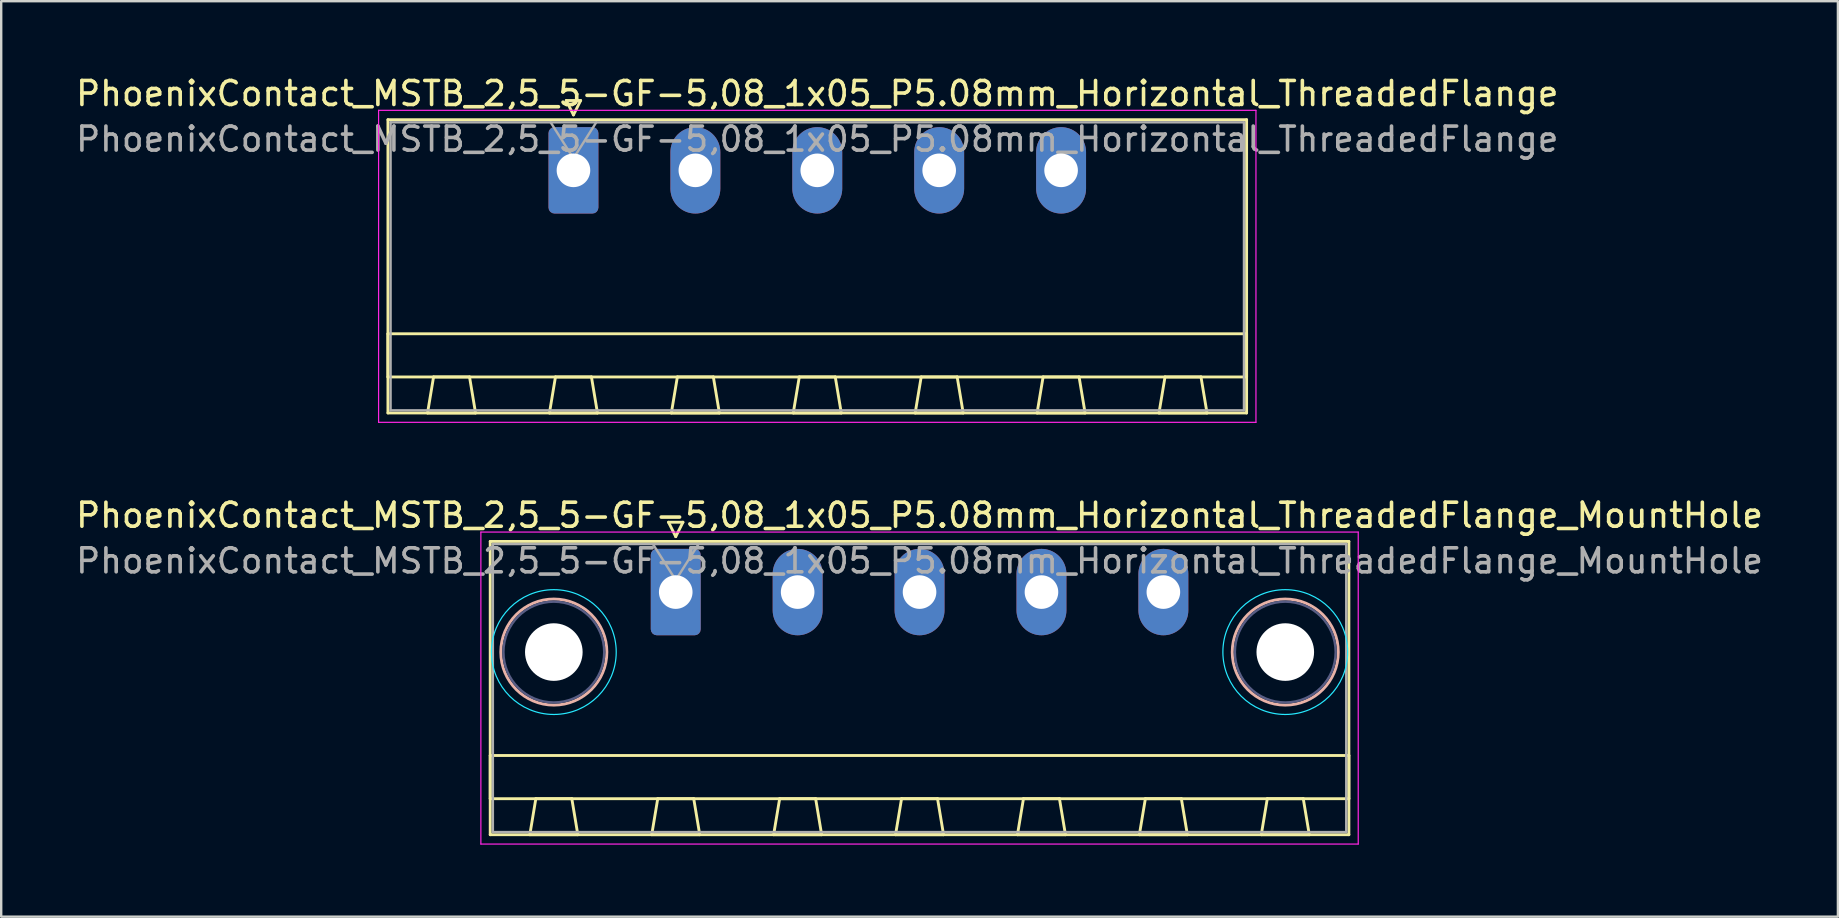
<source format=kicad_pcb>
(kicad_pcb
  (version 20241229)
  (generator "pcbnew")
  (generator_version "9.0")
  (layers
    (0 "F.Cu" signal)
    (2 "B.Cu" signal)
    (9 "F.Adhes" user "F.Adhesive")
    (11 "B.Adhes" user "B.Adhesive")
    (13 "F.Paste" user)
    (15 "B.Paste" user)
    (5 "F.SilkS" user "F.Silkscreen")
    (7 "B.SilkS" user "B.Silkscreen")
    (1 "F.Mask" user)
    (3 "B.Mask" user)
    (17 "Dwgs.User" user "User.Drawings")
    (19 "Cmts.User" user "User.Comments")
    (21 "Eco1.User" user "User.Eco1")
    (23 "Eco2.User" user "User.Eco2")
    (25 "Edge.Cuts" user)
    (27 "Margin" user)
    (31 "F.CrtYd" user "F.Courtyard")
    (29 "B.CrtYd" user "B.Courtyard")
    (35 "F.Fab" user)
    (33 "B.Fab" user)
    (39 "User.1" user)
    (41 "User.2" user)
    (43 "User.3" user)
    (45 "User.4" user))
  (footprint "PhoenixContact_MSTB_2,5_5-GF-5,08_1x05_P5.08mm_Horizontal_ThreadedFlange_MountHole"
    (layer "F.Cu")
    (at 25.108 21.622)
    (property "Reference" "PhoenixContact_MSTB_2,5_5-GF-5,08_1x05_P5.08mm_Horizontal_ThreadedFlange_MountHole" (at 10.16 -3.2 0) (layer "F.SilkS") (effects (font (size 1 1) (thickness 0.15))))
    (attr through_hole)
    (fp_line (start -7.73 -2.11) (end -7.73 10.11) (stroke (width 0.12) (type solid)) (layer "F.SilkS"))
    (fp_line (start -7.73 6.81) (end 28.05 6.81) (stroke (width 0.12) (type solid)) (layer "F.SilkS"))
    (fp_line (start -7.73 8.61) (end -7.73 6.81) (stroke (width 0.12) (type solid)) (layer "F.SilkS"))
    (fp_line (start -7.73 10.11) (end 28.05 10.11) (stroke (width 0.12) (type solid)) (layer "F.SilkS"))
    (fp_line (start -6.08 10.11) (end -4.08 10.11) (stroke (width 0.12) (type solid)) (layer "F.SilkS"))
    (fp_line (start -5.83 8.61) (end -6.08 10.11) (stroke (width 0.12) (type solid)) (layer "F.SilkS"))
    (fp_line (start -4.33 8.61) (end -5.83 8.61) (stroke (width 0.12) (type solid)) (layer "F.SilkS"))
    (fp_line (start -4.08 10.11) (end -4.33 8.61) (stroke (width 0.12) (type solid)) (layer "F.SilkS"))
    (fp_line (start -1 10.11) (end 1 10.11) (stroke (width 0.12) (type solid)) (layer "F.SilkS"))
    (fp_line (start -0.75 8.61) (end -1 10.11) (stroke (width 0.12) (type solid)) (layer "F.SilkS"))
    (fp_line (start -0.3 -2.91) (end 0.3 -2.91) (stroke (width 0.12) (type solid)) (layer "F.SilkS"))
    (fp_line (start 0 -2.31) (end -0.3 -2.91) (stroke (width 0.12) (type solid)) (layer "F.SilkS"))
    (fp_line (start 0.3 -2.91) (end 0 -2.31) (stroke (width 0.12) (type solid)) (layer "F.SilkS"))
    (fp_line (start 0.75 8.61) (end -0.75 8.61) (stroke (width 0.12) (type solid)) (layer "F.SilkS"))
    (fp_line (start 1 10.11) (end 0.75 8.61) (stroke (width 0.12) (type solid)) (layer "F.SilkS"))
    (fp_line (start 4.08 10.11) (end 6.08 10.11) (stroke (width 0.12) (type solid)) (layer "F.SilkS"))
    (fp_line (start 4.33 8.61) (end 4.08 10.11) (stroke (width 0.12) (type solid)) (layer "F.SilkS"))
    (fp_line (start 5.83 8.61) (end 4.33 8.61) (stroke (width 0.12) (type solid)) (layer "F.SilkS"))
    (fp_line (start 6.08 10.11) (end 5.83 8.61) (stroke (width 0.12) (type solid)) (layer "F.SilkS"))
    (fp_line (start 9.16 10.11) (end 11.16 10.11) (stroke (width 0.12) (type solid)) (layer "F.SilkS"))
    (fp_line (start 9.41 8.61) (end 9.16 10.11) (stroke (width 0.12) (type solid)) (layer "F.SilkS"))
    (fp_line (start 10.91 8.61) (end 9.41 8.61) (stroke (width 0.12) (type solid)) (layer "F.SilkS"))
    (fp_line (start 11.16 10.11) (end 10.91 8.61) (stroke (width 0.12) (type solid)) (layer "F.SilkS"))
    (fp_line (start 14.24 10.11) (end 16.24 10.11) (stroke (width 0.12) (type solid)) (layer "F.SilkS"))
    (fp_line (start 14.49 8.61) (end 14.24 10.11) (stroke (width 0.12) (type solid)) (layer "F.SilkS"))
    (fp_line (start 15.99 8.61) (end 14.49 8.61) (stroke (width 0.12) (type solid)) (layer "F.SilkS"))
    (fp_line (start 16.24 10.11) (end 15.99 8.61) (stroke (width 0.12) (type solid)) (layer "F.SilkS"))
    (fp_line (start 19.32 10.11) (end 21.32 10.11) (stroke (width 0.12) (type solid)) (layer "F.SilkS"))
    (fp_line (start 19.57 8.61) (end 19.32 10.11) (stroke (width 0.12) (type solid)) (layer "F.SilkS"))
    (fp_line (start 21.07 8.61) (end 19.57 8.61) (stroke (width 0.12) (type solid)) (layer "F.SilkS"))
    (fp_line (start 21.32 10.11) (end 21.07 8.61) (stroke (width 0.12) (type solid)) (layer "F.SilkS"))
    (fp_line (start 24.4 10.11) (end 26.4 10.11) (stroke (width 0.12) (type solid)) (layer "F.SilkS"))
    (fp_line (start 24.65 8.61) (end 24.4 10.11) (stroke (width 0.12) (type solid)) (layer "F.SilkS"))
    (fp_line (start 26.15 8.61) (end 24.65 8.61) (stroke (width 0.12) (type solid)) (layer "F.SilkS"))
    (fp_line (start 26.4 10.11) (end 26.15 8.61) (stroke (width 0.12) (type solid)) (layer "F.SilkS"))
    (fp_line (start 28.05 -2.11) (end -7.73 -2.11) (stroke (width 0.12) (type solid)) (layer "F.SilkS"))
    (fp_line (start 28.05 6.81) (end 28.05 8.61) (stroke (width 0.12) (type solid)) (layer "F.SilkS"))
    (fp_line (start 28.05 8.61) (end -7.73 8.61) (stroke (width 0.12) (type solid)) (layer "F.SilkS"))
    (fp_line (start 28.05 10.11) (end 28.05 -2.11) (stroke (width 0.12) (type solid)) (layer "F.SilkS"))
    (fp_circle (center -5.08 2.5) (end -2.87 2.5) (stroke (width 0.12) (type solid)) (fill no) (layer "B.SilkS"))
    (fp_circle (center 25.4 2.5) (end 27.61 2.5) (stroke (width 0.12) (type solid)) (fill no) (layer "B.SilkS"))
    (fp_circle (center -5.08 2.5) (end -2.48 2.5) (stroke (width 0.05) (type solid)) (fill no) (layer "B.CrtYd"))
    (fp_circle (center 25.4 2.5) (end 28 2.5) (stroke (width 0.05) (type solid)) (fill no) (layer "B.CrtYd"))
    (fp_line (start -8.12 -2.5) (end -8.12 10.5) (stroke (width 0.05) (type solid)) (layer "F.CrtYd"))
    (fp_line (start -8.12 10.5) (end 28.44 10.5) (stroke (width 0.05) (type solid)) (layer "F.CrtYd"))
    (fp_line (start 28.44 -2.5) (end -8.12 -2.5) (stroke (width 0.05) (type solid)) (layer "F.CrtYd"))
    (fp_line (start 28.44 10.5) (end 28.44 -2.5) (stroke (width 0.05) (type solid)) (layer "F.CrtYd"))
    (fp_circle (center -5.08 2.5) (end -2.98 2.5) (stroke (width 0.1) (type solid)) (fill no) (layer "B.Fab"))
    (fp_circle (center 25.4 2.5) (end 27.5 2.5) (stroke (width 0.1) (type solid)) (fill no) (layer "B.Fab"))
    (fp_line (start -7.62 -2) (end -7.62 10) (stroke (width 0.1) (type solid)) (layer "F.Fab"))
    (fp_line (start -7.62 10) (end 27.94 10) (stroke (width 0.1) (type solid)) (layer "F.Fab"))
    (fp_line (start 0 -0.5) (end -0.95 -2) (stroke (width 0.1) (type solid)) (layer "F.Fab"))
    (fp_line (start 0.95 -2) (end 0 -0.5) (stroke (width 0.1) (type solid)) (layer "F.Fab"))
    (fp_line (start 27.94 -2) (end -7.62 -2) (stroke (width 0.1) (type solid)) (layer "F.Fab"))
    (fp_line (start 27.94 10) (end 27.94 -2) (stroke (width 0.1) (type solid)) (layer "F.Fab"))
    (fp_text user "${REFERENCE}" (at 10.16 -1.3 0) (layer "F.Fab") (effects (font (size 1 1) (thickness 0.15))))
    (pad "" np_thru_hole circle (at -5.08 2.5) (size 2.4 2.4) (drill 2.4) (layers "*.Cu" "*.Mask"))
    (pad "" np_thru_hole circle (at 25.4 2.5) (size 2.4 2.4) (drill 2.4) (layers "*.Cu" "*.Mask"))
    (pad "1" thru_hole roundrect (at 0 0) (size 2.08 3.6) (drill 1.4) (layers "*.Cu" "*.Mask") (roundrect_rratio 0.12))
    (pad "2" thru_hole oval (at 5.08 0) (size 2.08 3.6) (drill 1.4) (layers "*.Cu" "*.Mask"))
    (pad "3" thru_hole oval (at 10.16 0) (size 2.08 3.6) (drill 1.4) (layers "*.Cu" "*.Mask"))
    (pad "4" thru_hole oval (at 15.24 0) (size 2.08 3.6) (drill 1.4) (layers "*.Cu" "*.Mask"))
    (pad "5" thru_hole oval (at 20.32 0) (size 2.08 3.6) (drill 1.4) (layers "*.Cu" "*.Mask")))
  (footprint "PhoenixContact_MSTB_2,5_5-GF-5,08_1x05_P5.08mm_Horizontal_ThreadedFlange"
    (layer "F.Cu")
    (at 20.846 4.048)
    (property "Reference" "PhoenixContact_MSTB_2,5_5-GF-5,08_1x05_P5.08mm_Horizontal_ThreadedFlange" (at 10.16 -3.2 0) (layer "F.SilkS") (effects (font (size 1 1) (thickness 0.15))))
    (attr through_hole)
    (fp_line (start -7.73 -2.11) (end -7.73 10.11) (stroke (width 0.12) (type solid)) (layer "F.SilkS"))
    (fp_line (start -7.73 6.81) (end 28.05 6.81) (stroke (width 0.12) (type solid)) (layer "F.SilkS"))
    (fp_line (start -7.73 8.61) (end -7.73 6.81) (stroke (width 0.12) (type solid)) (layer "F.SilkS"))
    (fp_line (start -7.73 10.11) (end 28.05 10.11) (stroke (width 0.12) (type solid)) (layer "F.SilkS"))
    (fp_line (start -6.08 10.11) (end -4.08 10.11) (stroke (width 0.12) (type solid)) (layer "F.SilkS"))
    (fp_line (start -5.83 8.61) (end -6.08 10.11) (stroke (width 0.12) (type solid)) (layer "F.SilkS"))
    (fp_line (start -4.33 8.61) (end -5.83 8.61) (stroke (width 0.12) (type solid)) (layer "F.SilkS"))
    (fp_line (start -4.08 10.11) (end -4.33 8.61) (stroke (width 0.12) (type solid)) (layer "F.SilkS"))
    (fp_line (start -1 10.11) (end 1 10.11) (stroke (width 0.12) (type solid)) (layer "F.SilkS"))
    (fp_line (start -0.75 8.61) (end -1 10.11) (stroke (width 0.12) (type solid)) (layer "F.SilkS"))
    (fp_line (start -0.3 -2.91) (end 0.3 -2.91) (stroke (width 0.12) (type solid)) (layer "F.SilkS"))
    (fp_line (start 0 -2.31) (end -0.3 -2.91) (stroke (width 0.12) (type solid)) (layer "F.SilkS"))
    (fp_line (start 0.3 -2.91) (end 0 -2.31) (stroke (width 0.12) (type solid)) (layer "F.SilkS"))
    (fp_line (start 0.75 8.61) (end -0.75 8.61) (stroke (width 0.12) (type solid)) (layer "F.SilkS"))
    (fp_line (start 1 10.11) (end 0.75 8.61) (stroke (width 0.12) (type solid)) (layer "F.SilkS"))
    (fp_line (start 4.08 10.11) (end 6.08 10.11) (stroke (width 0.12) (type solid)) (layer "F.SilkS"))
    (fp_line (start 4.33 8.61) (end 4.08 10.11) (stroke (width 0.12) (type solid)) (layer "F.SilkS"))
    (fp_line (start 5.83 8.61) (end 4.33 8.61) (stroke (width 0.12) (type solid)) (layer "F.SilkS"))
    (fp_line (start 6.08 10.11) (end 5.83 8.61) (stroke (width 0.12) (type solid)) (layer "F.SilkS"))
    (fp_line (start 9.16 10.11) (end 11.16 10.11) (stroke (width 0.12) (type solid)) (layer "F.SilkS"))
    (fp_line (start 9.41 8.61) (end 9.16 10.11) (stroke (width 0.12) (type solid)) (layer "F.SilkS"))
    (fp_line (start 10.91 8.61) (end 9.41 8.61) (stroke (width 0.12) (type solid)) (layer "F.SilkS"))
    (fp_line (start 11.16 10.11) (end 10.91 8.61) (stroke (width 0.12) (type solid)) (layer "F.SilkS"))
    (fp_line (start 14.24 10.11) (end 16.24 10.11) (stroke (width 0.12) (type solid)) (layer "F.SilkS"))
    (fp_line (start 14.49 8.61) (end 14.24 10.11) (stroke (width 0.12) (type solid)) (layer "F.SilkS"))
    (fp_line (start 15.99 8.61) (end 14.49 8.61) (stroke (width 0.12) (type solid)) (layer "F.SilkS"))
    (fp_line (start 16.24 10.11) (end 15.99 8.61) (stroke (width 0.12) (type solid)) (layer "F.SilkS"))
    (fp_line (start 19.32 10.11) (end 21.32 10.11) (stroke (width 0.12) (type solid)) (layer "F.SilkS"))
    (fp_line (start 19.57 8.61) (end 19.32 10.11) (stroke (width 0.12) (type solid)) (layer "F.SilkS"))
    (fp_line (start 21.07 8.61) (end 19.57 8.61) (stroke (width 0.12) (type solid)) (layer "F.SilkS"))
    (fp_line (start 21.32 10.11) (end 21.07 8.61) (stroke (width 0.12) (type solid)) (layer "F.SilkS"))
    (fp_line (start 24.4 10.11) (end 26.4 10.11) (stroke (width 0.12) (type solid)) (layer "F.SilkS"))
    (fp_line (start 24.65 8.61) (end 24.4 10.11) (stroke (width 0.12) (type solid)) (layer "F.SilkS"))
    (fp_line (start 26.15 8.61) (end 24.65 8.61) (stroke (width 0.12) (type solid)) (layer "F.SilkS"))
    (fp_line (start 26.4 10.11) (end 26.15 8.61) (stroke (width 0.12) (type solid)) (layer "F.SilkS"))
    (fp_line (start 28.05 -2.11) (end -7.73 -2.11) (stroke (width 0.12) (type solid)) (layer "F.SilkS"))
    (fp_line (start 28.05 6.81) (end 28.05 8.61) (stroke (width 0.12) (type solid)) (layer "F.SilkS"))
    (fp_line (start 28.05 8.61) (end -7.73 8.61) (stroke (width 0.12) (type solid)) (layer "F.SilkS"))
    (fp_line (start 28.05 10.11) (end 28.05 -2.11) (stroke (width 0.12) (type solid)) (layer "F.SilkS"))
    (fp_line (start -8.12 -2.5) (end -8.12 10.5) (stroke (width 0.05) (type solid)) (layer "F.CrtYd"))
    (fp_line (start -8.12 10.5) (end 28.44 10.5) (stroke (width 0.05) (type solid)) (layer "F.CrtYd"))
    (fp_line (start 28.44 -2.5) (end -8.12 -2.5) (stroke (width 0.05) (type solid)) (layer "F.CrtYd"))
    (fp_line (start 28.44 10.5) (end 28.44 -2.5) (stroke (width 0.05) (type solid)) (layer "F.CrtYd"))
    (fp_line (start -7.62 -2) (end -7.62 10) (stroke (width 0.1) (type solid)) (layer "F.Fab"))
    (fp_line (start -7.62 10) (end 27.94 10) (stroke (width 0.1) (type solid)) (layer "F.Fab"))
    (fp_line (start 0 -0.5) (end -0.95 -2) (stroke (width 0.1) (type solid)) (layer "F.Fab"))
    (fp_line (start 0.95 -2) (end 0 -0.5) (stroke (width 0.1) (type solid)) (layer "F.Fab"))
    (fp_line (start 27.94 -2) (end -7.62 -2) (stroke (width 0.1) (type solid)) (layer "F.Fab"))
    (fp_line (start 27.94 10) (end 27.94 -2) (stroke (width 0.1) (type solid)) (layer "F.Fab"))
    (fp_text user "${REFERENCE}" (at 10.16 -1.3 0) (layer "F.Fab") (effects (font (size 1 1) (thickness 0.15))))
    (pad "1" thru_hole roundrect (at 0 0) (size 2.08 3.6) (drill 1.4) (layers "*.Cu" "*.Mask") (roundrect_rratio 0.12))
    (pad "2" thru_hole oval (at 5.08 0) (size 2.08 3.6) (drill 1.4) (layers "*.Cu" "*.Mask"))
    (pad "3" thru_hole oval (at 10.16 0) (size 2.08 3.6) (drill 1.4) (layers "*.Cu" "*.Mask"))
    (pad "4" thru_hole oval (at 15.24 0) (size 2.08 3.6) (drill 1.4) (layers "*.Cu" "*.Mask"))
    (pad "5" thru_hole oval (at 20.32 0) (size 2.08 3.6) (drill 1.4) (layers "*.Cu" "*.Mask")))
  (gr_rect
    (start -3 -3)
    (end 73.536 35.147)
    (stroke (width 0.1) (type default))
    (fill no)
    (layer "Edge.Cuts")))
</source>
